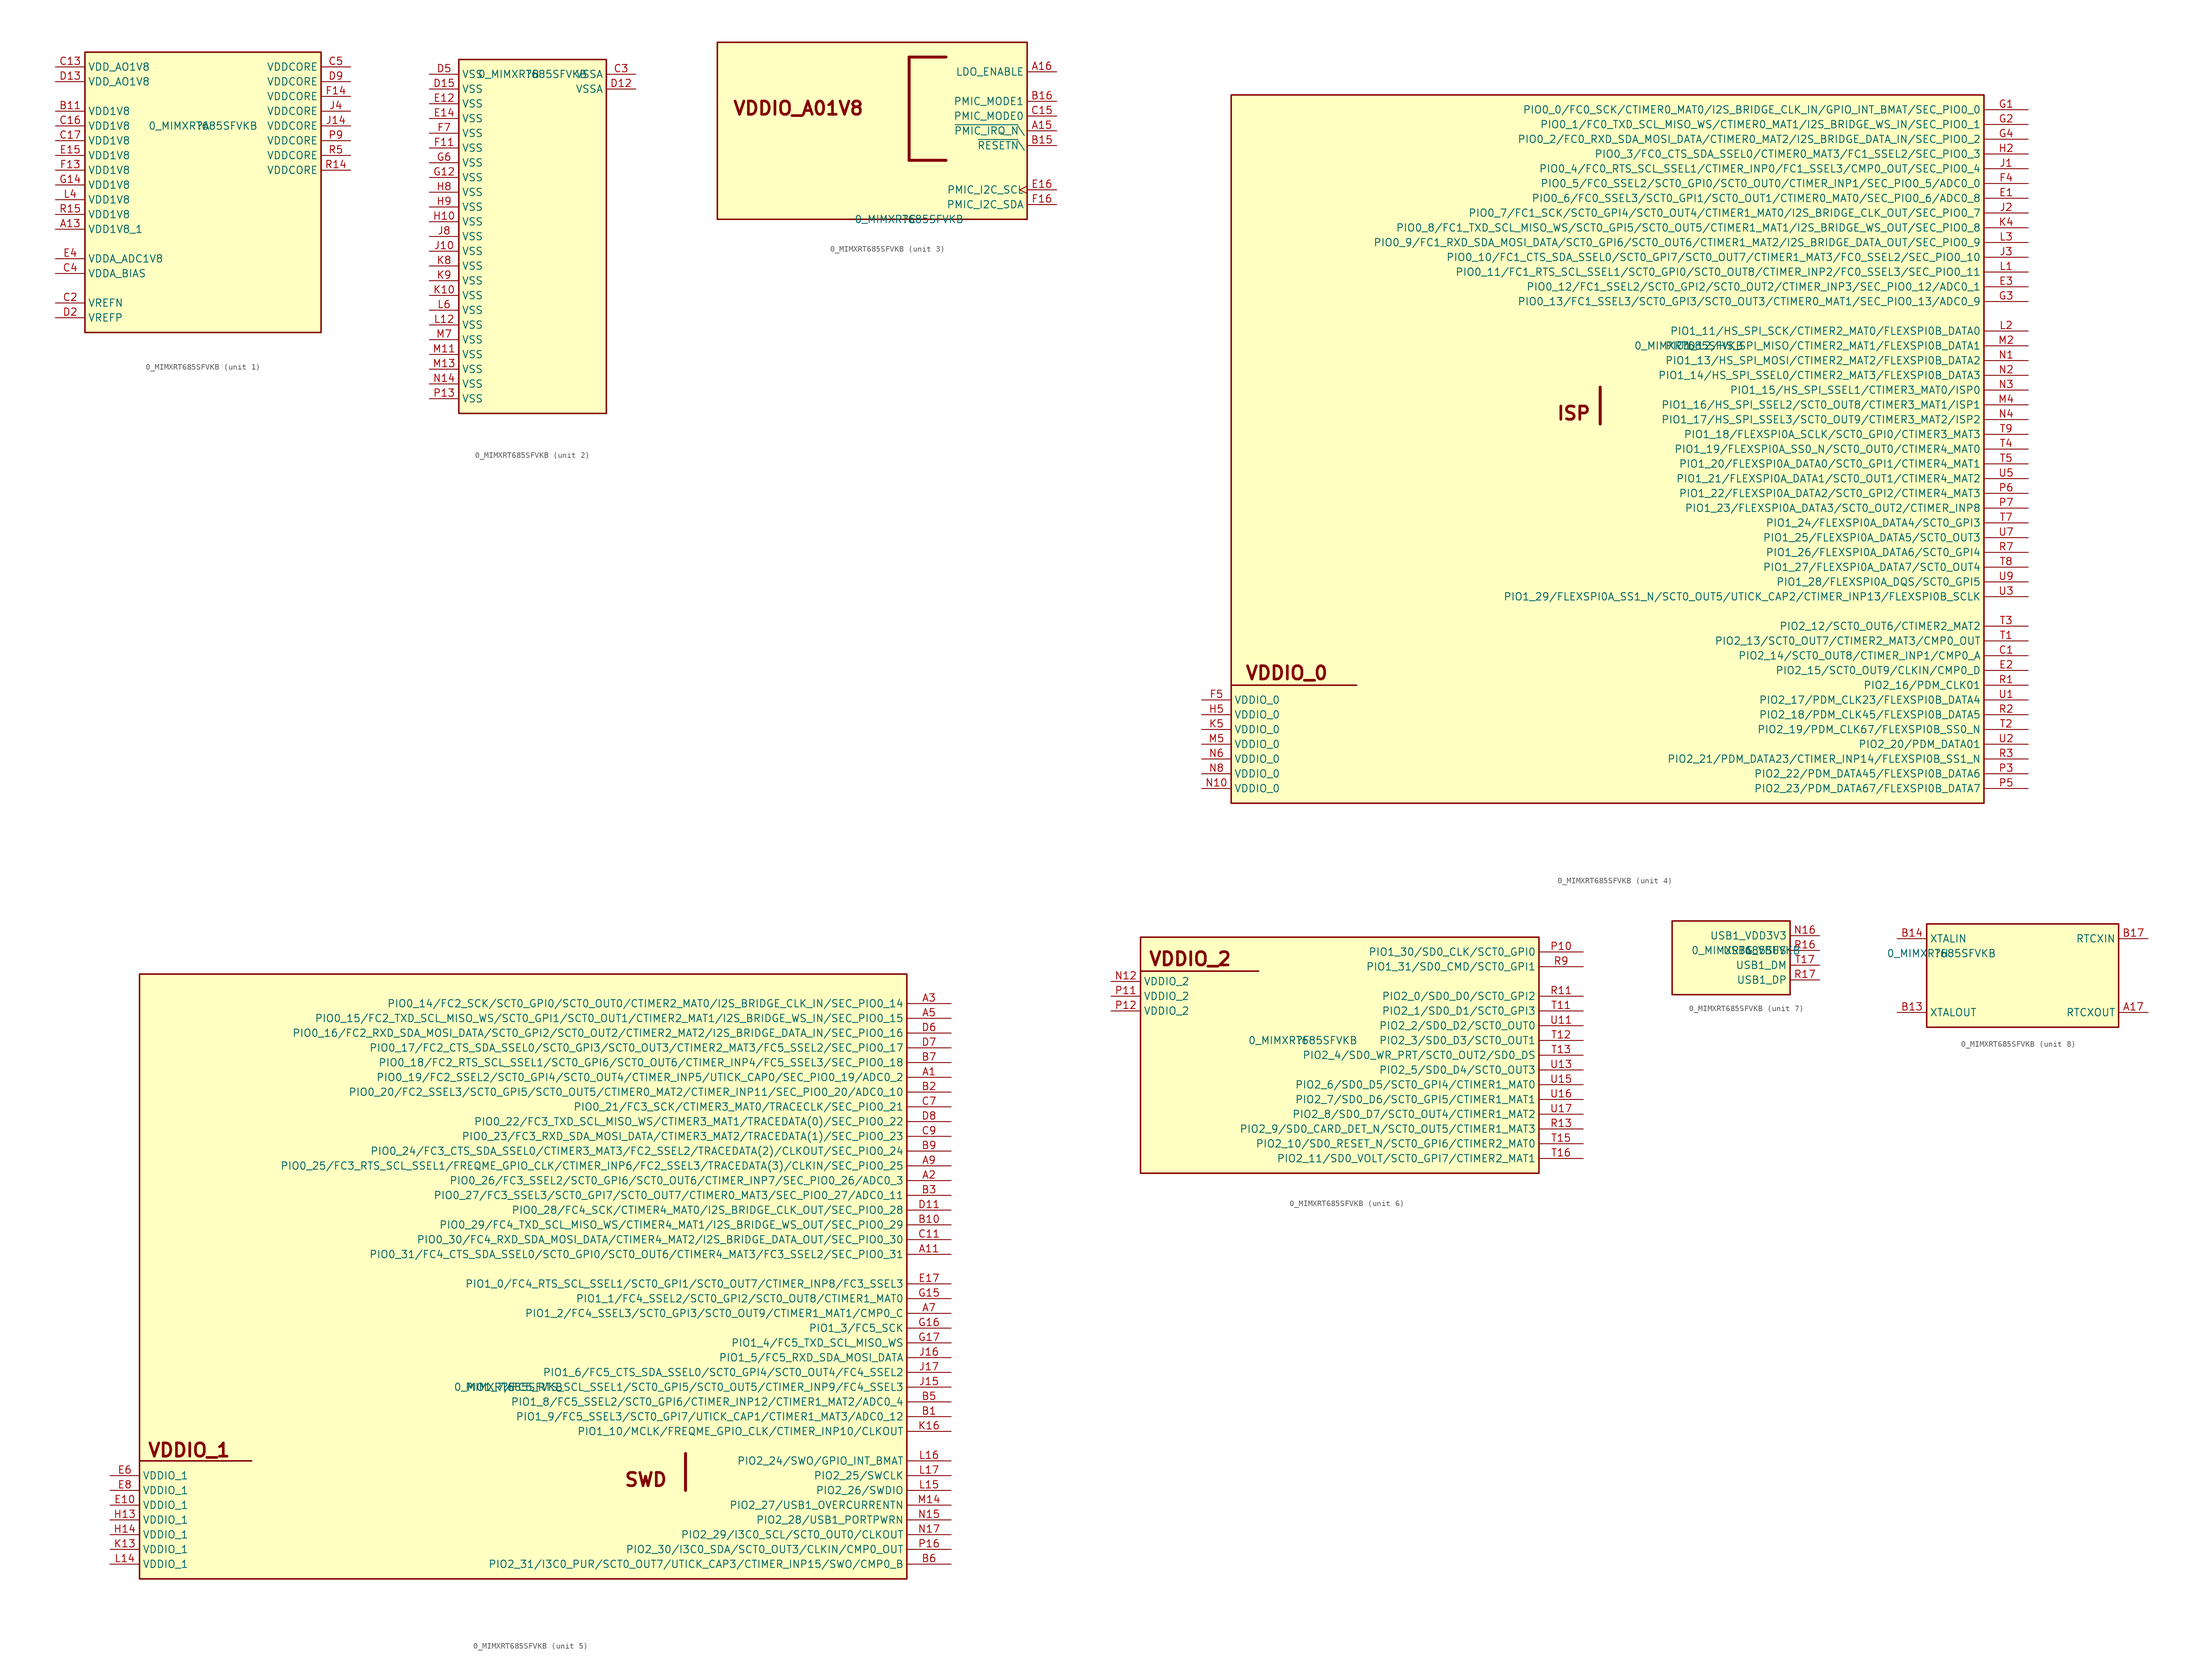
<source format=kicad_sym>
(kicad_symbol_lib
  (version 20211014)
  (generator kicad_symbol_editor)
  (symbol "0_MIMXRT685SFVKB"
    (property "Reference" ""
      (at 0 0 0)
      (effects (font (size 1.27 1.27))))
    (property "Value" "0_MIMXRT685SFVKB"
      (at 0 0 0)
      (effects (font (size 1.27 1.27))))
    (symbol "0_MIMXRT685SFVKB_1_0"
      (rectangle (start 20.32 12.7) (end -20.32 -35.56) (stroke (width 0.254) (type default) (color 0 0 0 0)) (fill (type background)))
      (pin power_in line (at -25.4 -17.78 0) (length 5.08) (name "VDD1V8_1" (effects (font (size 1.27 1.27)))) (number "A13" (effects (font (size 1.27 1.27)))))
      (pin power_in line (at -25.4 2.54 0) (length 5.08) (name "VDD1V8" (effects (font (size 1.27 1.27)))) (number "B11" (effects (font (size 1.27 1.27)))))
      (pin power_in line (at -25.4 10.16 0) (length 5.08) (name "VDD_AO1V8" (effects (font (size 1.27 1.27)))) (number "C13" (effects (font (size 1.27 1.27)))))
      (pin power_in line (at -25.4 0 0) (length 5.08) (name "VDD1V8" (effects (font (size 1.27 1.27)))) (number "C16" (effects (font (size 1.27 1.27)))))
      (pin power_in line (at -25.4 -2.54 0) (length 5.08) (name "VDD1V8" (effects (font (size 1.27 1.27)))) (number "C17" (effects (font (size 1.27 1.27)))))
      (pin power_in line (at -25.4 -30.48 0) (length 5.08) (name "VREFN" (effects (font (size 1.27 1.27)))) (number "C2" (effects (font (size 1.27 1.27)))))
      (pin power_in line (at -25.4 -25.4 0) (length 5.08) (name "VDDA_BIAS" (effects (font (size 1.27 1.27)))) (number "C4" (effects (font (size 1.27 1.27)))))
      (pin power_in line (at 25.4 10.16 180) (length 5.08) (name "VDDCORE" (effects (font (size 1.27 1.27)))) (number "C5" (effects (font (size 1.27 1.27)))))
      (pin power_in line (at -25.4 7.62 0) (length 5.08) (name "VDD_AO1V8" (effects (font (size 1.27 1.27)))) (number "D13" (effects (font (size 1.27 1.27)))))
      (pin power_in line (at -25.4 -33.02 0) (length 5.08) (name "VREFP" (effects (font (size 1.27 1.27)))) (number "D2" (effects (font (size 1.27 1.27)))))
      (pin power_in line (at 25.4 7.62 180) (length 5.08) (name "VDDCORE" (effects (font (size 1.27 1.27)))) (number "D9" (effects (font (size 1.27 1.27)))))
      (pin power_in line (at -25.4 -5.08 0) (length 5.08) (name "VDD1V8" (effects (font (size 1.27 1.27)))) (number "E15" (effects (font (size 1.27 1.27)))))
      (pin power_in line (at -25.4 -22.86 0) (length 5.08) (name "VDDA_ADC1V8" (effects (font (size 1.27 1.27)))) (number "E4" (effects (font (size 1.27 1.27)))))
      (pin power_in line (at -25.4 -7.62 0) (length 5.08) (name "VDD1V8" (effects (font (size 1.27 1.27)))) (number "F13" (effects (font (size 1.27 1.27)))))
      (pin power_in line (at 25.4 5.08 180) (length 5.08) (name "VDDCORE" (effects (font (size 1.27 1.27)))) (number "F14" (effects (font (size 1.27 1.27)))))
      (pin power_in line (at -25.4 -10.16 0) (length 5.08) (name "VDD1V8" (effects (font (size 1.27 1.27)))) (number "G14" (effects (font (size 1.27 1.27)))))
      (pin power_in line (at 25.4 0 180) (length 5.08) (name "VDDCORE" (effects (font (size 1.27 1.27)))) (number "J14" (effects (font (size 1.27 1.27)))))
      (pin power_in line (at 25.4 2.54 180) (length 5.08) (name "VDDCORE" (effects (font (size 1.27 1.27)))) (number "J4" (effects (font (size 1.27 1.27)))))
      (pin power_in line (at -25.4 -12.7 0) (length 5.08) (name "VDD1V8" (effects (font (size 1.27 1.27)))) (number "L4" (effects (font (size 1.27 1.27)))))
      (pin power_in line (at 25.4 -2.54 180) (length 5.08) (name "VDDCORE" (effects (font (size 1.27 1.27)))) (number "P9" (effects (font (size 1.27 1.27)))))
      (pin power_in line (at 25.4 -7.62 180) (length 5.08) (name "VDDCORE" (effects (font (size 1.27 1.27)))) (number "R14" (effects (font (size 1.27 1.27)))))
      (pin power_in line (at -25.4 -15.24 0) (length 5.08) (name "VDD1V8" (effects (font (size 1.27 1.27)))) (number "R15" (effects (font (size 1.27 1.27)))))
      (pin power_in line (at 25.4 -5.08 180) (length 5.08) (name "VDDCORE" (effects (font (size 1.27 1.27)))) (number "R5" (effects (font (size 1.27 1.27))))))
    (symbol "0_MIMXRT685SFVKB_2_0"
      (rectangle (start 12.7 2.54) (end -12.7 -58.42) (stroke (width 0.254) (type default) (color 0 0 0 0)) (fill (type background)))
      (pin power_in line (at 17.78 0 180) (length 5.08) (name "VSSA" (effects (font (size 1.27 1.27)))) (number "C3" (effects (font (size 1.27 1.27)))))
      (pin power_in line (at 17.78 -2.54 180) (length 5.08) (name "VSSA" (effects (font (size 1.27 1.27)))) (number "D12" (effects (font (size 1.27 1.27)))))
      (pin power_in line (at -17.78 -2.54 0) (length 5.08) (name "VSS" (effects (font (size 1.27 1.27)))) (number "D15" (effects (font (size 1.27 1.27)))))
      (pin power_in line (at -17.78 0 0) (length 5.08) (name "VSS" (effects (font (size 1.27 1.27)))) (number "D5" (effects (font (size 1.27 1.27)))))
      (pin power_in line (at -17.78 -5.08 0) (length 5.08) (name "VSS" (effects (font (size 1.27 1.27)))) (number "E12" (effects (font (size 1.27 1.27)))))
      (pin power_in line (at -17.78 -7.62 0) (length 5.08) (name "VSS" (effects (font (size 1.27 1.27)))) (number "E14" (effects (font (size 1.27 1.27)))))
      (pin power_in line (at -17.78 -12.7 0) (length 5.08) (name "VSS" (effects (font (size 1.27 1.27)))) (number "F11" (effects (font (size 1.27 1.27)))))
      (pin power_in line (at -17.78 -10.16 0) (length 5.08) (name "VSS" (effects (font (size 1.27 1.27)))) (number "F7" (effects (font (size 1.27 1.27)))))
      (pin power_in line (at -17.78 -17.78 0) (length 5.08) (name "VSS" (effects (font (size 1.27 1.27)))) (number "G12" (effects (font (size 1.27 1.27)))))
      (pin power_in line (at -17.78 -15.24 0) (length 5.08) (name "VSS" (effects (font (size 1.27 1.27)))) (number "G6" (effects (font (size 1.27 1.27)))))
      (pin power_in line (at -17.78 -25.4 0) (length 5.08) (name "VSS" (effects (font (size 1.27 1.27)))) (number "H10" (effects (font (size 1.27 1.27)))))
      (pin power_in line (at -17.78 -20.32 0) (length 5.08) (name "VSS" (effects (font (size 1.27 1.27)))) (number "H8" (effects (font (size 1.27 1.27)))))
      (pin power_in line (at -17.78 -22.86 0) (length 5.08) (name "VSS" (effects (font (size 1.27 1.27)))) (number "H9" (effects (font (size 1.27 1.27)))))
      (pin power_in line (at -17.78 -30.48 0) (length 5.08) (name "VSS" (effects (font (size 1.27 1.27)))) (number "J10" (effects (font (size 1.27 1.27)))))
      (pin power_in line (at -17.78 -27.94 0) (length 5.08) (name "VSS" (effects (font (size 1.27 1.27)))) (number "J8" (effects (font (size 1.27 1.27)))))
      (pin power_in line (at -17.78 -38.1 0) (length 5.08) (name "VSS" (effects (font (size 1.27 1.27)))) (number "K10" (effects (font (size 1.27 1.27)))))
      (pin power_in line (at -17.78 -33.02 0) (length 5.08) (name "VSS" (effects (font (size 1.27 1.27)))) (number "K8" (effects (font (size 1.27 1.27)))))
      (pin power_in line (at -17.78 -35.56 0) (length 5.08) (name "VSS" (effects (font (size 1.27 1.27)))) (number "K9" (effects (font (size 1.27 1.27)))))
      (pin power_in line (at -17.78 -43.18 0) (length 5.08) (name "VSS" (effects (font (size 1.27 1.27)))) (number "L12" (effects (font (size 1.27 1.27)))))
      (pin power_in line (at -17.78 -40.64 0) (length 5.08) (name "VSS" (effects (font (size 1.27 1.27)))) (number "L6" (effects (font (size 1.27 1.27)))))
      (pin power_in line (at -17.78 -48.26 0) (length 5.08) (name "VSS" (effects (font (size 1.27 1.27)))) (number "M11" (effects (font (size 1.27 1.27)))))
      (pin power_in line (at -17.78 -50.8 0) (length 5.08) (name "VSS" (effects (font (size 1.27 1.27)))) (number "M13" (effects (font (size 1.27 1.27)))))
      (pin power_in line (at -17.78 -45.72 0) (length 5.08) (name "VSS" (effects (font (size 1.27 1.27)))) (number "M7" (effects (font (size 1.27 1.27)))))
      (pin power_in line (at -17.78 -53.34 0) (length 5.08) (name "VSS" (effects (font (size 1.27 1.27)))) (number "N14" (effects (font (size 1.27 1.27)))))
      (pin power_in line (at -17.78 -55.88 0) (length 5.08) (name "VSS" (effects (font (size 1.27 1.27)))) (number "P13" (effects (font (size 1.27 1.27))))))
    (symbol "0_MIMXRT685SFVKB_3_0"
      (polyline (pts (xy 0 10.16) (xy 6.35 10.16)) (stroke (width 0.508) (type default) (color 0 0 0 0)) (fill (type none)))
      (polyline (pts (xy 0 27.94) (xy 0 10.16)) (stroke (width 0.508) (type default) (color 0 0 0 0)) (fill (type none)))
      (polyline (pts (xy 0 27.94) (xy 6.35 27.94)) (stroke (width 0.508) (type default) (color 0 0 0 0)) (fill (type none)))
      (rectangle (start 20.32 30.48) (end -33.02 0) (stroke (width 0.254) (type default) (color 0 0 0 0)) (fill (type background)))
      (text "VDDIO_A01V8" (at -30.48 17.78 0) (effects (font (size 2.286 2.286) bold) (justify left bottom)))
      (pin input line (at 25.4 15.24 180) (length 5.08) (name "~{PMIC_IRQ_N}\\" (effects (font (size 1.27 1.27)))) (number "A15" (effects (font (size 1.27 1.27)))))
      (pin input line (at 25.4 25.4 180) (length 5.08) (name "LDO_ENABLE" (effects (font (size 1.27 1.27)))) (number "A16" (effects (font (size 1.27 1.27)))))
      (pin input line (at 25.4 12.7 180) (length 5.08) (name "~{RESETN}\\" (effects (font (size 1.27 1.27)))) (number "B15" (effects (font (size 1.27 1.27)))))
      (pin output line (at 25.4 20.32 180) (length 5.08) (name "PMIC_MODE1" (effects (font (size 1.27 1.27)))) (number "B16" (effects (font (size 1.27 1.27)))))
      (pin output line (at 25.4 17.78 180) (length 5.08) (name "PMIC_MODE0" (effects (font (size 1.27 1.27)))) (number "C15" (effects (font (size 1.27 1.27)))))
      (pin output clock (at 25.4 5.08 180) (length 5.08) (name "PMIC_I2C_SCL" (effects (font (size 1.27 1.27)))) (number "E16" (effects (font (size 1.27 1.27)))))
      (pin bidirectional line (at 25.4 2.54 180) (length 5.08) (name "PMIC_I2C_SDA" (effects (font (size 1.27 1.27)))) (number "F16" (effects (font (size 1.27 1.27))))))
    (symbol "0_MIMXRT685SFVKB_4_0"
      (polyline (pts (xy -78.74 -58.42) (xy -57.15 -58.42)) (stroke (width 0.254) (type default) (color 0 0 0 0)) (fill (type none)))
      (polyline (pts (xy -15.24 -7.112) (xy -15.24 -13.462)) (stroke (width 0.508) (type default) (color 0 0 0 0)) (fill (type none)))
      (rectangle (start 50.8 43.18) (end -78.74 -78.74) (stroke (width 0.254) (type default) (color 0 0 0 0)) (fill (type background)))
      (text "ISP" (at -22.86 -12.954 0) (effects (font (size 2.286 2.286) bold) (justify left bottom)))
      (text "VDDIO_0" (at -76.454 -57.658 0) (effects (font (size 2.286 2.286) bold) (justify left bottom)))
      (pin passive line (at 58.42 -53.34 180) (length 7.62) (name "PIO2_14/SCT0_OUT8/CTIMER_INP1/CMP0_A" (effects (font (size 1.27 1.27)))) (number "C1" (effects (font (size 1.27 1.27)))))
      (pin passive line (at 58.42 25.4 180) (length 7.62) (name "PIO0_6/FC0_SSEL3/SCT0_GPI1/SCT0_OUT1/CTIMER0_MAT0/SEC_PIO0_6/ADC0_8" (effects (font (size 1.27 1.27)))) (number "E1" (effects (font (size 1.27 1.27)))))
      (pin passive line (at 58.42 -55.88 180) (length 7.62) (name "PIO2_15/SCT0_OUT9/CLKIN/CMP0_D" (effects (font (size 1.27 1.27)))) (number "E2" (effects (font (size 1.27 1.27)))))
      (pin passive line (at 58.42 10.16 180) (length 7.62) (name "PIO0_12/FC1_SSEL2/SCT0_GPI2/SCT0_OUT2/CTIMER_INP3/SEC_PIO0_12/ADC0_1" (effects (font (size 1.27 1.27)))) (number "E3" (effects (font (size 1.27 1.27)))))
      (pin passive line (at 58.42 27.94 180) (length 7.62) (name "PIO0_5/FC0_SSEL2/SCT0_GPI0/SCT0_OUT0/CTIMER_INP1/SEC_PIO0_5/ADC0_0" (effects (font (size 1.27 1.27)))) (number "F4" (effects (font (size 1.27 1.27)))))
      (pin power_in line (at -83.82 -60.96 0) (length 5.08) (name "VDDIO_0" (effects (font (size 1.27 1.27)))) (number "F5" (effects (font (size 1.27 1.27)))))
      (pin passive line (at 58.42 40.64 180) (length 7.62) (name "PIO0_0/FC0_SCK/CTIMER0_MAT0/I2S_BRIDGE_CLK_IN/GPIO_INT_BMAT/SEC_PIO0_0" (effects (font (size 1.27 1.27)))) (number "G1" (effects (font (size 1.27 1.27)))))
      (pin passive line (at 58.42 38.1 180) (length 7.62) (name "PIO0_1/FC0_TXD_SCL_MISO_WS/CTIMER0_MAT1/I2S_BRIDGE_WS_IN/SEC_PIO0_1" (effects (font (size 1.27 1.27)))) (number "G2" (effects (font (size 1.27 1.27)))))
      (pin passive line (at 58.42 7.62 180) (length 7.62) (name "PIO0_13/FC1_SSEL3/SCT0_GPI3/SCT0_OUT3/CTIMER0_MAT1/SEC_PIO0_13/ADC0_9" (effects (font (size 1.27 1.27)))) (number "G3" (effects (font (size 1.27 1.27)))))
      (pin passive line (at 58.42 35.56 180) (length 7.62) (name "PIO0_2/FC0_RXD_SDA_MOSI_DATA/CTIMER0_MAT2/I2S_BRIDGE_DATA_IN/SEC_PIO0_2" (effects (font (size 1.27 1.27)))) (number "G4" (effects (font (size 1.27 1.27)))))
      (pin passive line (at 58.42 33.02 180) (length 7.62) (name "PIO0_3/FC0_CTS_SDA_SSEL0/CTIMER0_MAT3/FC1_SSEL2/SEC_PIO0_3" (effects (font (size 1.27 1.27)))) (number "H2" (effects (font (size 1.27 1.27)))))
      (pin power_in line (at -83.82 -63.5 0) (length 5.08) (name "VDDIO_0" (effects (font (size 1.27 1.27)))) (number "H5" (effects (font (size 1.27 1.27)))))
      (pin passive line (at 58.42 30.48 180) (length 7.62) (name "PIO0_4/FC0_RTS_SCL_SSEL1/CTIMER_INP0/FC1_SSEL3/CMP0_OUT/SEC_PIO0_4" (effects (font (size 1.27 1.27)))) (number "J1" (effects (font (size 1.27 1.27)))))
      (pin passive line (at 58.42 22.86 180) (length 7.62) (name "PIO0_7/FC1_SCK/SCT0_GPI4/SCT0_OUT4/CTIMER1_MAT0/I2S_BRIDGE_CLK_OUT/SEC_PIO0_7" (effects (font (size 1.27 1.27)))) (number "J2" (effects (font (size 1.27 1.27)))))
      (pin passive line (at 58.42 15.24 180) (length 7.62) (name "PIO0_10/FC1_CTS_SDA_SSEL0/SCT0_GPI7/SCT0_OUT7/CTIMER1_MAT3/FC0_SSEL2/SEC_PIO0_10" (effects (font (size 1.27 1.27)))) (number "J3" (effects (font (size 1.27 1.27)))))
      (pin passive line (at 58.42 20.32 180) (length 7.62) (name "PIO0_8/FC1_TXD_SCL_MISO_WS/SCT0_GPI5/SCT0_OUT5/CTIMER1_MAT1/I2S_BRIDGE_WS_OUT/SEC_PIO0_8" (effects (font (size 1.27 1.27)))) (number "K4" (effects (font (size 1.27 1.27)))))
      (pin power_in line (at -83.82 -66.04 0) (length 5.08) (name "VDDIO_0" (effects (font (size 1.27 1.27)))) (number "K5" (effects (font (size 1.27 1.27)))))
      (pin passive line (at 58.42 12.7 180) (length 7.62) (name "PIO0_11/FC1_RTS_SCL_SSEL1/SCT0_GPI0/SCT0_OUT8/CTIMER_INP2/FC0_SSEL3/SEC_PIO0_11" (effects (font (size 1.27 1.27)))) (number "L1" (effects (font (size 1.27 1.27)))))
      (pin passive line (at 58.42 2.54 180) (length 7.62) (name "PIO1_11/HS_SPI_SCK/CTIMER2_MAT0/FLEXSPI0B_DATA0" (effects (font (size 1.27 1.27)))) (number "L2" (effects (font (size 1.27 1.27)))))
      (pin passive line (at 58.42 17.78 180) (length 7.62) (name "PIO0_9/FC1_RXD_SDA_MOSI_DATA/SCT0_GPI6/SCT0_OUT6/CTIMER1_MAT2/I2S_BRIDGE_DATA_OUT/SEC_PIO0_9" (effects (font (size 1.27 1.27)))) (number "L3" (effects (font (size 1.27 1.27)))))
      (pin passive line (at 58.42 0 180) (length 7.62) (name "PIO1_12/HS_SPI_MISO/CTIMER2_MAT1/FLEXSPI0B_DATA1" (effects (font (size 1.27 1.27)))) (number "M2" (effects (font (size 1.27 1.27)))))
      (pin passive line (at 58.42 -10.16 180) (length 7.62) (name "PIO1_16/HS_SPI_SSEL2/SCT0_OUT8/CTIMER3_MAT1/ISP1" (effects (font (size 1.27 1.27)))) (number "M4" (effects (font (size 1.27 1.27)))))
      (pin power_in line (at -83.82 -68.58 0) (length 5.08) (name "VDDIO_0" (effects (font (size 1.27 1.27)))) (number "M5" (effects (font (size 1.27 1.27)))))
      (pin passive line (at 58.42 -2.54 180) (length 7.62) (name "PIO1_13/HS_SPI_MOSI/CTIMER2_MAT2/FLEXSPI0B_DATA2" (effects (font (size 1.27 1.27)))) (number "N1" (effects (font (size 1.27 1.27)))))
      (pin power_in line (at -83.82 -76.2 0) (length 5.08) (name "VDDIO_0" (effects (font (size 1.27 1.27)))) (number "N10" (effects (font (size 1.27 1.27)))))
      (pin passive line (at 58.42 -5.08 180) (length 7.62) (name "PIO1_14/HS_SPI_SSEL0/CTIMER2_MAT3/FLEXSPI0B_DATA3" (effects (font (size 1.27 1.27)))) (number "N2" (effects (font (size 1.27 1.27)))))
      (pin passive line (at 58.42 -7.62 180) (length 7.62) (name "PIO1_15/HS_SPI_SSEL1/CTIMER3_MAT0/ISP0" (effects (font (size 1.27 1.27)))) (number "N3" (effects (font (size 1.27 1.27)))))
      (pin passive line (at 58.42 -12.7 180) (length 7.62) (name "PIO1_17/HS_SPI_SSEL3/SCT0_OUT9/CTIMER3_MAT2/ISP2" (effects (font (size 1.27 1.27)))) (number "N4" (effects (font (size 1.27 1.27)))))
      (pin power_in line (at -83.82 -71.12 0) (length 5.08) (name "VDDIO_0" (effects (font (size 1.27 1.27)))) (number "N6" (effects (font (size 1.27 1.27)))))
      (pin power_in line (at -83.82 -73.66 0) (length 5.08) (name "VDDIO_0" (effects (font (size 1.27 1.27)))) (number "N8" (effects (font (size 1.27 1.27)))))
      (pin passive line (at 58.42 -73.66 180) (length 7.62) (name "PIO2_22/PDM_DATA45/FLEXSPI0B_DATA6" (effects (font (size 1.27 1.27)))) (number "P3" (effects (font (size 1.27 1.27)))))
      (pin passive line (at 58.42 -76.2 180) (length 7.62) (name "PIO2_23/PDM_DATA67/FLEXSPI0B_DATA7" (effects (font (size 1.27 1.27)))) (number "P5" (effects (font (size 1.27 1.27)))))
      (pin passive line (at 58.42 -25.4 180) (length 7.62) (name "PIO1_22/FLEXSPI0A_DATA2/SCT0_GPI2/CTIMER4_MAT3" (effects (font (size 1.27 1.27)))) (number "P6" (effects (font (size 1.27 1.27)))))
      (pin passive line (at 58.42 -27.94 180) (length 7.62) (name "PIO1_23/FLEXSPI0A_DATA3/SCT0_OUT2/CTIMER_INP8" (effects (font (size 1.27 1.27)))) (number "P7" (effects (font (size 1.27 1.27)))))
      (pin passive line (at 58.42 -58.42 180) (length 7.62) (name "PIO2_16/PDM_CLK01" (effects (font (size 1.27 1.27)))) (number "R1" (effects (font (size 1.27 1.27)))))
      (pin passive line (at 58.42 -63.5 180) (length 7.62) (name "PIO2_18/PDM_CLK45/FLEXSPI0B_DATA5" (effects (font (size 1.27 1.27)))) (number "R2" (effects (font (size 1.27 1.27)))))
      (pin passive line (at 58.42 -71.12 180) (length 7.62) (name "PIO2_21/PDM_DATA23/CTIMER_INP14/FLEXSPI0B_SS1_N" (effects (font (size 1.27 1.27)))) (number "R3" (effects (font (size 1.27 1.27)))))
      (pin passive line (at 58.42 -35.56 180) (length 7.62) (name "PIO1_26/FLEXSPI0A_DATA6/SCT0_GPI4" (effects (font (size 1.27 1.27)))) (number "R7" (effects (font (size 1.27 1.27)))))
      (pin passive line (at 58.42 -50.8 180) (length 7.62) (name "PIO2_13/SCT0_OUT7/CTIMER2_MAT3/CMP0_OUT" (effects (font (size 1.27 1.27)))) (number "T1" (effects (font (size 1.27 1.27)))))
      (pin passive line (at 58.42 -66.04 180) (length 7.62) (name "PIO2_19/PDM_CLK67/FLEXSPI0B_SS0_N" (effects (font (size 1.27 1.27)))) (number "T2" (effects (font (size 1.27 1.27)))))
      (pin passive line (at 58.42 -48.26 180) (length 7.62) (name "PIO2_12/SCT0_OUT6/CTIMER2_MAT2" (effects (font (size 1.27 1.27)))) (number "T3" (effects (font (size 1.27 1.27)))))
      (pin passive line (at 58.42 -17.78 180) (length 7.62) (name "PIO1_19/FLEXSPI0A_SS0_N/SCT0_OUT0/CTIMER4_MAT0" (effects (font (size 1.27 1.27)))) (number "T4" (effects (font (size 1.27 1.27)))))
      (pin passive line (at 58.42 -20.32 180) (length 7.62) (name "PIO1_20/FLEXSPI0A_DATA0/SCT0_GPI1/CTIMER4_MAT1" (effects (font (size 1.27 1.27)))) (number "T5" (effects (font (size 1.27 1.27)))))
      (pin passive line (at 58.42 -30.48 180) (length 7.62) (name "PIO1_24/FLEXSPI0A_DATA4/SCT0_GPI3" (effects (font (size 1.27 1.27)))) (number "T7" (effects (font (size 1.27 1.27)))))
      (pin passive line (at 58.42 -38.1 180) (length 7.62) (name "PIO1_27/FLEXSPI0A_DATA7/SCT0_OUT4" (effects (font (size 1.27 1.27)))) (number "T8" (effects (font (size 1.27 1.27)))))
      (pin passive line (at 58.42 -15.24 180) (length 7.62) (name "PIO1_18/FLEXSPI0A_SCLK/SCT0_GPI0/CTIMER3_MAT3" (effects (font (size 1.27 1.27)))) (number "T9" (effects (font (size 1.27 1.27)))))
      (pin passive line (at 58.42 -60.96 180) (length 7.62) (name "PIO2_17/PDM_CLK23/FLEXSPI0B_DATA4" (effects (font (size 1.27 1.27)))) (number "U1" (effects (font (size 1.27 1.27)))))
      (pin passive line (at 58.42 -68.58 180) (length 7.62) (name "PIO2_20/PDM_DATA01" (effects (font (size 1.27 1.27)))) (number "U2" (effects (font (size 1.27 1.27)))))
      (pin passive line (at 58.42 -43.18 180) (length 7.62) (name "PIO1_29/FLEXSPI0A_SS1_N/SCT0_OUT5/UTICK_CAP2/CTIMER_INP13/FLEXSPI0B_SCLK" (effects (font (size 1.27 1.27)))) (number "U3" (effects (font (size 1.27 1.27)))))
      (pin passive line (at 58.42 -22.86 180) (length 7.62) (name "PIO1_21/FLEXSPI0A_DATA1/SCT0_OUT1/CTIMER4_MAT2" (effects (font (size 1.27 1.27)))) (number "U5" (effects (font (size 1.27 1.27)))))
      (pin passive line (at 58.42 -33.02 180) (length 7.62) (name "PIO1_25/FLEXSPI0A_DATA5/SCT0_OUT3" (effects (font (size 1.27 1.27)))) (number "U7" (effects (font (size 1.27 1.27)))))
      (pin passive line (at 58.42 -40.64 180) (length 7.62) (name "PIO1_28/FLEXSPI0A_DQS/SCT0_GPI5" (effects (font (size 1.27 1.27)))) (number "U9" (effects (font (size 1.27 1.27))))))
    (symbol "0_MIMXRT685SFVKB_5_0"
      (polyline (pts (xy -63.5 -12.7) (xy -44.196 -12.7)) (stroke (width 0.254) (type default) (color 0 0 0 0)) (fill (type none)))
      (polyline (pts (xy 30.48 -11.43) (xy 30.48 -17.78)) (stroke (width 0.508) (type default) (color 0 0 0 0)) (fill (type none)))
      (rectangle (start 68.58 71.12) (end -63.5 -33.02) (stroke (width 0.254) (type default) (color 0 0 0 0)) (fill (type background)))
      (text "SWD" (at 19.812 -17.272 0) (effects (font (size 2.286 2.286) bold) (justify left bottom)))
      (text "VDDIO_1" (at -62.23 -12.192 0) (effects (font (size 2.286 2.286) bold) (justify left bottom)))
      (pin passive line (at 76.2 53.34 180) (length 7.62) (name "PIO0_19/FC2_SSEL2/SCT0_GPI4/SCT0_OUT4/CTIMER_INP5/UTICK_CAP0/SEC_PIO0_19/ADC0_2" (effects (font (size 1.27 1.27)))) (number "A1" (effects (font (size 1.27 1.27)))))
      (pin passive line (at 76.2 22.86 180) (length 7.62) (name "PIO0_31/FC4_CTS_SDA_SSEL0/SCT0_GPI0/SCT0_OUT6/CTIMER4_MAT3/FC3_SSEL2/SEC_PIO0_31" (effects (font (size 1.27 1.27)))) (number "A11" (effects (font (size 1.27 1.27)))))
      (pin passive line (at 76.2 35.56 180) (length 7.62) (name "PIO0_26/FC3_SSEL2/SCT0_GPI6/SCT0_OUT6/CTIMER_INP7/SEC_PIO0_26/ADC0_3" (effects (font (size 1.27 1.27)))) (number "A2" (effects (font (size 1.27 1.27)))))
      (pin passive line (at 76.2 66.04 180) (length 7.62) (name "PIO0_14/FC2_SCK/SCT0_GPI0/SCT0_OUT0/CTIMER2_MAT0/I2S_BRIDGE_CLK_IN/SEC_PIO0_14" (effects (font (size 1.27 1.27)))) (number "A3" (effects (font (size 1.27 1.27)))))
      (pin passive line (at 76.2 63.5 180) (length 7.62) (name "PIO0_15/FC2_TXD_SCL_MISO_WS/SCT0_GPI1/SCT0_OUT1/CTIMER2_MAT1/I2S_BRIDGE_WS_IN/SEC_PIO0_15" (effects (font (size 1.27 1.27)))) (number "A5" (effects (font (size 1.27 1.27)))))
      (pin passive line (at 76.2 12.7 180) (length 7.62) (name "PIO1_2/FC4_SSEL3/SCT0_GPI3/SCT0_OUT9/CTIMER1_MAT1/CMP0_C" (effects (font (size 1.27 1.27)))) (number "A7" (effects (font (size 1.27 1.27)))))
      (pin passive line (at 76.2 38.1 180) (length 7.62) (name "PIO0_25/FC3_RTS_SCL_SSEL1/FREQME_GPIO_CLK/CTIMER_INP6/FC2_SSEL3/TRACEDATA(3)/CLKIN/SEC_PIO0_25" (effects (font (size 1.27 1.27)))) (number "A9" (effects (font (size 1.27 1.27)))))
      (pin passive line (at 76.2 -5.08 180) (length 7.62) (name "PIO1_9/FC5_SSEL3/SCT0_GPI7/UTICK_CAP1/CTIMER1_MAT3/ADC0_12" (effects (font (size 1.27 1.27)))) (number "B1" (effects (font (size 1.27 1.27)))))
      (pin passive line (at 76.2 27.94 180) (length 7.62) (name "PIO0_29/FC4_TXD_SCL_MISO_WS/CTIMER4_MAT1/I2S_BRIDGE_WS_OUT/SEC_PIO0_29" (effects (font (size 1.27 1.27)))) (number "B10" (effects (font (size 1.27 1.27)))))
      (pin passive line (at 76.2 50.8 180) (length 7.62) (name "PIO0_20/FC2_SSEL3/SCT0_GPI5/SCT0_OUT5/CTIMER0_MAT2/CTIMER_INP11/SEC_PIO0_20/ADC0_10" (effects (font (size 1.27 1.27)))) (number "B2" (effects (font (size 1.27 1.27)))))
      (pin passive line (at 76.2 33.02 180) (length 7.62) (name "PIO0_27/FC3_SSEL3/SCT0_GPI7/SCT0_OUT7/CTIMER0_MAT3/SEC_PIO0_27/ADC0_11" (effects (font (size 1.27 1.27)))) (number "B3" (effects (font (size 1.27 1.27)))))
      (pin passive line (at 76.2 -2.54 180) (length 7.62) (name "PIO1_8/FC5_SSEL2/SCT0_GPI6/CTIMER_INP12/CTIMER1_MAT2/ADC0_4" (effects (font (size 1.27 1.27)))) (number "B5" (effects (font (size 1.27 1.27)))))
      (pin passive line (at 76.2 -30.48 180) (length 7.62) (name "PIO2_31/I3C0_PUR/SCT0_OUT7/UTICK_CAP3/CTIMER_INP15/SWO/CMP0_B" (effects (font (size 1.27 1.27)))) (number "B6" (effects (font (size 1.27 1.27)))))
      (pin passive line (at 76.2 55.88 180) (length 7.62) (name "PIO0_18/FC2_RTS_SCL_SSEL1/SCT0_GPI6/SCT0_OUT6/CTIMER_INP4/FC5_SSEL3/SEC_PIO0_18" (effects (font (size 1.27 1.27)))) (number "B7" (effects (font (size 1.27 1.27)))))
      (pin passive line (at 76.2 40.64 180) (length 7.62) (name "PIO0_24/FC3_CTS_SDA_SSEL0/CTIMER3_MAT3/FC2_SSEL2/TRACEDATA(2)/CLKOUT/SEC_PIO0_24" (effects (font (size 1.27 1.27)))) (number "B9" (effects (font (size 1.27 1.27)))))
      (pin passive line (at 76.2 25.4 180) (length 7.62) (name "PIO0_30/FC4_RXD_SDA_MOSI_DATA/CTIMER4_MAT2/I2S_BRIDGE_DATA_OUT/SEC_PIO0_30" (effects (font (size 1.27 1.27)))) (number "C11" (effects (font (size 1.27 1.27)))))
      (pin passive line (at 76.2 48.26 180) (length 7.62) (name "PIO0_21/FC3_SCK/CTIMER3_MAT0/TRACECLK/SEC_PIO0_21" (effects (font (size 1.27 1.27)))) (number "C7" (effects (font (size 1.27 1.27)))))
      (pin passive line (at 76.2 43.18 180) (length 7.62) (name "PIO0_23/FC3_RXD_SDA_MOSI_DATA/CTIMER3_MAT2/TRACEDATA(1)/SEC_PIO0_23" (effects (font (size 1.27 1.27)))) (number "C9" (effects (font (size 1.27 1.27)))))
      (pin passive line (at 76.2 30.48 180) (length 7.62) (name "PIO0_28/FC4_SCK/CTIMER4_MAT0/I2S_BRIDGE_CLK_OUT/SEC_PIO0_28" (effects (font (size 1.27 1.27)))) (number "D11" (effects (font (size 1.27 1.27)))))
      (pin passive line (at 76.2 60.96 180) (length 7.62) (name "PIO0_16/FC2_RXD_SDA_MOSI_DATA/SCT0_GPI2/SCT0_OUT2/CTIMER2_MAT2/I2S_BRIDGE_DATA_IN/SEC_PIO0_16" (effects (font (size 1.27 1.27)))) (number "D6" (effects (font (size 1.27 1.27)))))
      (pin passive line (at 76.2 58.42 180) (length 7.62) (name "PIO0_17/FC2_CTS_SDA_SSEL0/SCT0_GPI3/SCT0_OUT3/CTIMER2_MAT3/FC5_SSEL2/SEC_PIO0_17" (effects (font (size 1.27 1.27)))) (number "D7" (effects (font (size 1.27 1.27)))))
      (pin passive line (at 76.2 45.72 180) (length 7.62) (name "PIO0_22/FC3_TXD_SCL_MISO_WS/CTIMER3_MAT1/TRACEDATA(0)/SEC_PIO0_22" (effects (font (size 1.27 1.27)))) (number "D8" (effects (font (size 1.27 1.27)))))
      (pin power_in line (at -68.58 -20.32 0) (length 5.08) (name "VDDIO_1" (effects (font (size 1.27 1.27)))) (number "E10" (effects (font (size 1.27 1.27)))))
      (pin passive line (at 76.2 17.78 180) (length 7.62) (name "PIO1_0/FC4_RTS_SCL_SSEL1/SCT0_GPI1/SCT0_OUT7/CTIMER_INP8/FC3_SSEL3" (effects (font (size 1.27 1.27)))) (number "E17" (effects (font (size 1.27 1.27)))))
      (pin power_in line (at -68.58 -15.24 0) (length 5.08) (name "VDDIO_1" (effects (font (size 1.27 1.27)))) (number "E6" (effects (font (size 1.27 1.27)))))
      (pin power_in line (at -68.58 -17.78 0) (length 5.08) (name "VDDIO_1" (effects (font (size 1.27 1.27)))) (number "E8" (effects (font (size 1.27 1.27)))))
      (pin passive line (at 76.2 15.24 180) (length 7.62) (name "PIO1_1/FC4_SSEL2/SCT0_GPI2/SCT0_OUT8/CTIMER1_MAT0" (effects (font (size 1.27 1.27)))) (number "G15" (effects (font (size 1.27 1.27)))))
      (pin passive line (at 76.2 10.16 180) (length 7.62) (name "PIO1_3/FC5_SCK" (effects (font (size 1.27 1.27)))) (number "G16" (effects (font (size 1.27 1.27)))))
      (pin passive line (at 76.2 7.62 180) (length 7.62) (name "PIO1_4/FC5_TXD_SCL_MISO_WS" (effects (font (size 1.27 1.27)))) (number "G17" (effects (font (size 1.27 1.27)))))
      (pin power_in line (at -68.58 -22.86 0) (length 5.08) (name "VDDIO_1" (effects (font (size 1.27 1.27)))) (number "H13" (effects (font (size 1.27 1.27)))))
      (pin power_in line (at -68.58 -25.4 0) (length 5.08) (name "VDDIO_1" (effects (font (size 1.27 1.27)))) (number "H14" (effects (font (size 1.27 1.27)))))
      (pin passive line (at 76.2 0 180) (length 7.62) (name "PIO1_7/FC5_RTS_SCL_SSEL1/SCT0_GPI5/SCT0_OUT5/CTIMER_INP9/FC4_SSEL3" (effects (font (size 1.27 1.27)))) (number "J15" (effects (font (size 1.27 1.27)))))
      (pin passive line (at 76.2 5.08 180) (length 7.62) (name "PIO1_5/FC5_RXD_SDA_MOSI_DATA" (effects (font (size 1.27 1.27)))) (number "J16" (effects (font (size 1.27 1.27)))))
      (pin passive line (at 76.2 2.54 180) (length 7.62) (name "PIO1_6/FC5_CTS_SDA_SSEL0/SCT0_GPI4/SCT0_OUT4/FC4_SSEL2" (effects (font (size 1.27 1.27)))) (number "J17" (effects (font (size 1.27 1.27)))))
      (pin power_in line (at -68.58 -27.94 0) (length 5.08) (name "VDDIO_1" (effects (font (size 1.27 1.27)))) (number "K13" (effects (font (size 1.27 1.27)))))
      (pin passive line (at 76.2 -7.62 180) (length 7.62) (name "PIO1_10/MCLK/FREQME_GPIO_CLK/CTIMER_INP10/CLKOUT" (effects (font (size 1.27 1.27)))) (number "K16" (effects (font (size 1.27 1.27)))))
      (pin power_in line (at -68.58 -30.48 0) (length 5.08) (name "VDDIO_1" (effects (font (size 1.27 1.27)))) (number "L14" (effects (font (size 1.27 1.27)))))
      (pin passive line (at 76.2 -17.78 180) (length 7.62) (name "PIO2_26/SWDIO" (effects (font (size 1.27 1.27)))) (number "L15" (effects (font (size 1.27 1.27)))))
      (pin passive line (at 76.2 -12.7 180) (length 7.62) (name "PIO2_24/SWO/GPIO_INT_BMAT" (effects (font (size 1.27 1.27)))) (number "L16" (effects (font (size 1.27 1.27)))))
      (pin passive line (at 76.2 -15.24 180) (length 7.62) (name "PIO2_25/SWCLK" (effects (font (size 1.27 1.27)))) (number "L17" (effects (font (size 1.27 1.27)))))
      (pin passive line (at 76.2 -20.32 180) (length 7.62) (name "PIO2_27/USB1_OVERCURRENTN" (effects (font (size 1.27 1.27)))) (number "M14" (effects (font (size 1.27 1.27)))))
      (pin passive line (at 76.2 -22.86 180) (length 7.62) (name "PIO2_28/USB1_PORTPWRN" (effects (font (size 1.27 1.27)))) (number "N15" (effects (font (size 1.27 1.27)))))
      (pin passive line (at 76.2 -25.4 180) (length 7.62) (name "PIO2_29/I3C0_SCL/SCT0_OUT0/CLKOUT" (effects (font (size 1.27 1.27)))) (number "N17" (effects (font (size 1.27 1.27)))))
      (pin passive line (at 76.2 -27.94 180) (length 7.62) (name "PIO2_30/I3C0_SDA/SCT0_OUT3/CLKIN/CMP0_OUT" (effects (font (size 1.27 1.27)))) (number "P16" (effects (font (size 1.27 1.27))))))
    (symbol "0_MIMXRT685SFVKB_6_0"
      (polyline (pts (xy -27.94 11.938) (xy -7.62 11.938)) (stroke (width 0.254) (type default) (color 0 0 0 0)) (fill (type none)))
      (rectangle (start 40.64 17.78) (end -27.94 -22.86) (stroke (width 0.254) (type default) (color 0 0 0 0)) (fill (type background)))
      (text "VDDIO_2" (at -26.67 12.7 0) (effects (font (size 2.286 2.286) bold) (justify left bottom)))
      (pin power_in line (at -33.02 10.16 0) (length 5.08) (name "VDDIO_2" (effects (font (size 1.27 1.27)))) (number "N12" (effects (font (size 1.27 1.27)))))
      (pin passive line (at 48.26 15.24 180) (length 7.62) (name "PIO1_30/SD0_CLK/SCT0_GPI0" (effects (font (size 1.27 1.27)))) (number "P10" (effects (font (size 1.27 1.27)))))
      (pin power_in line (at -33.02 7.62 0) (length 5.08) (name "VDDIO_2" (effects (font (size 1.27 1.27)))) (number "P11" (effects (font (size 1.27 1.27)))))
      (pin power_in line (at -33.02 5.08 0) (length 5.08) (name "VDDIO_2" (effects (font (size 1.27 1.27)))) (number "P12" (effects (font (size 1.27 1.27)))))
      (pin passive line (at 48.26 7.62 180) (length 7.62) (name "PIO2_0/SD0_D0/SCT0_GPI2" (effects (font (size 1.27 1.27)))) (number "R11" (effects (font (size 1.27 1.27)))))
      (pin passive line (at 48.26 -15.24 180) (length 7.62) (name "PIO2_9/SD0_CARD_DET_N/SCT0_OUT5/CTIMER1_MAT3" (effects (font (size 1.27 1.27)))) (number "R13" (effects (font (size 1.27 1.27)))))
      (pin passive line (at 48.26 12.7 180) (length 7.62) (name "PIO1_31/SD0_CMD/SCT0_GPI1" (effects (font (size 1.27 1.27)))) (number "R9" (effects (font (size 1.27 1.27)))))
      (pin passive line (at 48.26 5.08 180) (length 7.62) (name "PIO2_1/SD0_D1/SCT0_GPI3" (effects (font (size 1.27 1.27)))) (number "T11" (effects (font (size 1.27 1.27)))))
      (pin passive line (at 48.26 0 180) (length 7.62) (name "PIO2_3/SD0_D3/SCT0_OUT1" (effects (font (size 1.27 1.27)))) (number "T12" (effects (font (size 1.27 1.27)))))
      (pin passive line (at 48.26 -2.54 180) (length 7.62) (name "PIO2_4/SD0_WR_PRT/SCT0_OUT2/SD0_DS" (effects (font (size 1.27 1.27)))) (number "T13" (effects (font (size 1.27 1.27)))))
      (pin passive line (at 48.26 -17.78 180) (length 7.62) (name "PIO2_10/SD0_RESET_N/SCT0_GPI6/CTIMER2_MAT0" (effects (font (size 1.27 1.27)))) (number "T15" (effects (font (size 1.27 1.27)))))
      (pin passive line (at 48.26 -20.32 180) (length 7.62) (name "PIO2_11/SD0_VOLT/SCT0_GPI7/CTIMER2_MAT1" (effects (font (size 1.27 1.27)))) (number "T16" (effects (font (size 1.27 1.27)))))
      (pin passive line (at 48.26 2.54 180) (length 7.62) (name "PIO2_2/SD0_D2/SCT0_OUT0" (effects (font (size 1.27 1.27)))) (number "U11" (effects (font (size 1.27 1.27)))))
      (pin passive line (at 48.26 -5.08 180) (length 7.62) (name "PIO2_5/SD0_D4/SCT0_OUT3" (effects (font (size 1.27 1.27)))) (number "U13" (effects (font (size 1.27 1.27)))))
      (pin passive line (at 48.26 -7.62 180) (length 7.62) (name "PIO2_6/SD0_D5/SCT0_GPI4/CTIMER1_MAT0" (effects (font (size 1.27 1.27)))) (number "U15" (effects (font (size 1.27 1.27)))))
      (pin passive line (at 48.26 -10.16 180) (length 7.62) (name "PIO2_7/SD0_D6/SCT0_GPI5/CTIMER1_MAT1" (effects (font (size 1.27 1.27)))) (number "U16" (effects (font (size 1.27 1.27)))))
      (pin passive line (at 48.26 -12.7 180) (length 7.62) (name "PIO2_8/SD0_D7/SCT0_OUT4/CTIMER1_MAT2" (effects (font (size 1.27 1.27)))) (number "U17" (effects (font (size 1.27 1.27))))))
    (symbol "0_MIMXRT685SFVKB_7_0"
      (rectangle (start 7.62 5.08) (end -12.7 -7.62) (stroke (width 0.254) (type default) (color 0 0 0 0)) (fill (type background)))
      (pin power_in line (at 12.7 2.54 180) (length 5.08) (name "USB1_VDD3V3" (effects (font (size 1.27 1.27)))) (number "N16" (effects (font (size 1.27 1.27)))))
      (pin input line (at 12.7 0 180) (length 5.08) (name "USB1_VBUS" (effects (font (size 1.27 1.27)))) (number "R16" (effects (font (size 1.27 1.27)))))
      (pin bidirectional line (at 12.7 -5.08 180) (length 5.08) (name "USB1_DP" (effects (font (size 1.27 1.27)))) (number "R17" (effects (font (size 1.27 1.27)))))
      (pin bidirectional line (at 12.7 -2.54 180) (length 5.08) (name "USB1_DM" (effects (font (size 1.27 1.27)))) (number "T17" (effects (font (size 1.27 1.27))))))
    (symbol "0_MIMXRT685SFVKB_8_0"
      (rectangle (start 30.48 5.08) (end -2.54 -12.7) (stroke (width 0.254) (type default) (color 0 0 0 0)) (fill (type background)))
      (pin output line (at 35.56 -10.16 180) (length 5.08) (name "RTCXOUT" (effects (font (size 1.27 1.27)))) (number "A17" (effects (font (size 1.27 1.27)))))
      (pin output line (at -7.62 -10.16 0) (length 5.08) (name "XTALOUT" (effects (font (size 1.27 1.27)))) (number "B13" (effects (font (size 1.27 1.27)))))
      (pin input line (at -7.62 2.54 0) (length 5.08) (name "XTALIN" (effects (font (size 1.27 1.27)))) (number "B14" (effects (font (size 1.27 1.27)))))
      (pin input line (at 35.56 2.54 180) (length 5.08) (name "RTCXIN" (effects (font (size 1.27 1.27)))) (number "B17" (effects (font (size 1.27 1.27))))))))
</source>
